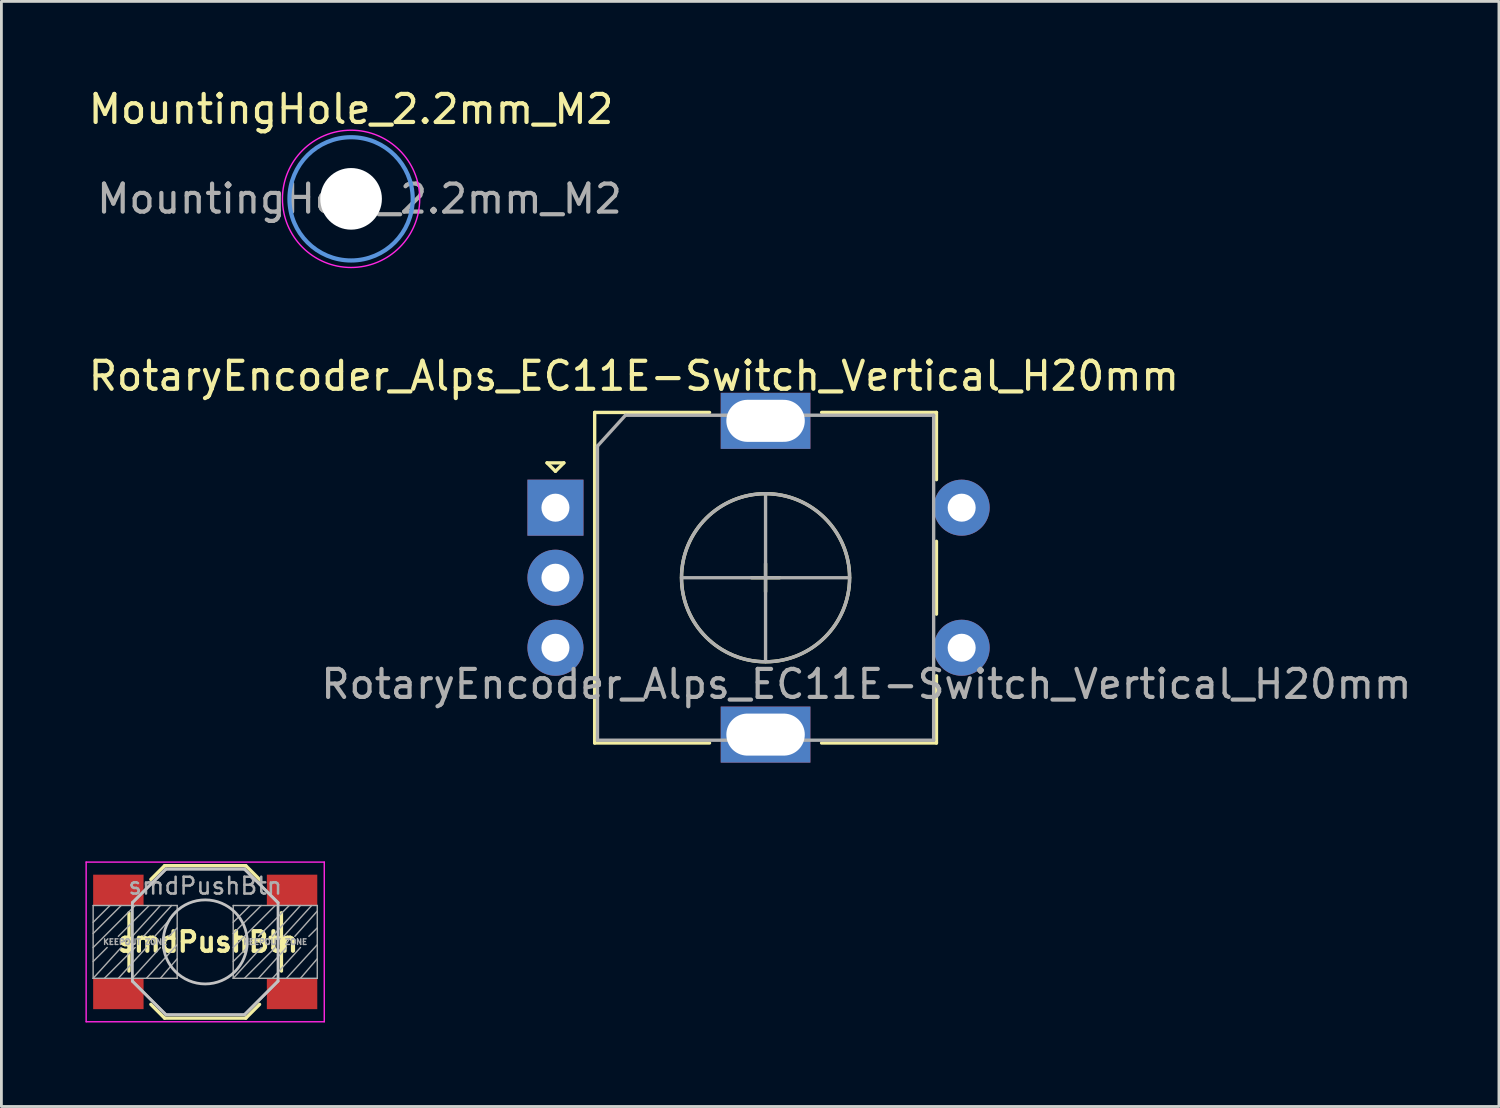
<source format=kicad_pcb>
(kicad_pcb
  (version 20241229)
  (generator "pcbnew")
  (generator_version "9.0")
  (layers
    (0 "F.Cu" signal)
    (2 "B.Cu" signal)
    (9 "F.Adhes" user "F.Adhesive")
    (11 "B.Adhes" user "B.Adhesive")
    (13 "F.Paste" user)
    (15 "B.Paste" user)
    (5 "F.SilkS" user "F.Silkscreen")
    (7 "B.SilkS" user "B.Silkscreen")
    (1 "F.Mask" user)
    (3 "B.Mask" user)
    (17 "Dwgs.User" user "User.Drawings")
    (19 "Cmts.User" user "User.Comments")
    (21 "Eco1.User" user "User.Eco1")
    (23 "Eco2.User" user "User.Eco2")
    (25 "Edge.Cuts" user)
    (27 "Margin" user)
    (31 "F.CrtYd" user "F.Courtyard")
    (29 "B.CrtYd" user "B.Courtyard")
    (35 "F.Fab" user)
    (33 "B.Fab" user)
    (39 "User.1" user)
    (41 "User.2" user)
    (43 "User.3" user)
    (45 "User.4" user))
  (footprint "RotaryEncoder_Alps_EC11E-Switch_Vertical_H20mm"
    (layer "F.Cu")
    (at 16.777 15.072)
    (property "Reference" "RotaryEncoder_Alps_EC11E-Switch_Vertical_H20mm" (at 2.8 -4.7 0) (layer "F.SilkS") (effects (font (size 1 1) (thickness 0.15))))
    (attr through_hole)
    (fp_line (start -0.3 -1.6) (end 0.3 -1.6) (stroke (width 0.12) (type solid)) (layer "F.SilkS"))
    (fp_line (start 0 -1.3) (end -0.3 -1.6) (stroke (width 0.12) (type solid)) (layer "F.SilkS"))
    (fp_line (start 0.3 -1.6) (end 0 -1.3) (stroke (width 0.12) (type solid)) (layer "F.SilkS"))
    (fp_line (start 1.4 -3.4) (end 1.4 8.4) (stroke (width 0.12) (type solid)) (layer "F.SilkS"))
    (fp_line (start 5.5 -3.4) (end 1.4 -3.4) (stroke (width 0.12) (type solid)) (layer "F.SilkS"))
    (fp_line (start 5.5 8.4) (end 1.4 8.4) (stroke (width 0.12) (type solid)) (layer "F.SilkS"))
    (fp_line (start 7 2.5) (end 8 2.5) (stroke (width 0.12) (type solid)) (layer "F.SilkS"))
    (fp_line (start 7.5 2) (end 7.5 3) (stroke (width 0.12) (type solid)) (layer "F.SilkS"))
    (fp_line (start 9.5 -3.4) (end 13.6 -3.4) (stroke (width 0.12) (type solid)) (layer "F.SilkS"))
    (fp_line (start 13.6 -3.4) (end 13.6 -1) (stroke (width 0.12) (type solid)) (layer "F.SilkS"))
    (fp_line (start 13.6 1.2) (end 13.6 3.8) (stroke (width 0.12) (type solid)) (layer "F.SilkS"))
    (fp_line (start 13.6 6) (end 13.6 8.4) (stroke (width 0.12) (type solid)) (layer "F.SilkS"))
    (fp_line (start 13.6 8.4) (end 9.5 8.4) (stroke (width 0.12) (type solid)) (layer "F.SilkS"))
    (fp_circle (center 7.5 2.5) (end 10.5 2.5) (stroke (width 0.12) (type solid)) (fill no) (layer "F.SilkS"))
    (fp_line (start -1.5 -4.6) (end -1.5 9.6) (stroke (width 0.05) (type solid)) (layer "Eco2.User"))
    (fp_line (start -1.5 -4.6) (end 16 -4.6) (stroke (width 0.05) (type solid)) (layer "Eco2.User"))
    (fp_line (start 16 9.6) (end -1.5 9.6) (stroke (width 0.05) (type solid)) (layer "Eco2.User"))
    (fp_line (start 16 9.6) (end 16 -4.6) (stroke (width 0.05) (type solid)) (layer "Eco2.User"))
    (fp_line (start 1.5 -2.2) (end 2.5 -3.3) (stroke (width 0.12) (type solid)) (layer "F.Fab"))
    (fp_line (start 1.5 8.3) (end 1.5 -2.2) (stroke (width 0.12) (type solid)) (layer "F.Fab"))
    (fp_line (start 2.5 -3.3) (end 13.5 -3.3) (stroke (width 0.12) (type solid)) (layer "F.Fab"))
    (fp_line (start 4.5 2.5) (end 10.5 2.5) (stroke (width 0.12) (type solid)) (layer "F.Fab"))
    (fp_line (start 7.5 -0.5) (end 7.5 5.5) (stroke (width 0.12) (type solid)) (layer "F.Fab"))
    (fp_line (start 13.5 -3.3) (end 13.5 8.3) (stroke (width 0.12) (type solid)) (layer "F.Fab"))
    (fp_line (start 13.5 8.3) (end 1.5 8.3) (stroke (width 0.12) (type solid)) (layer "F.Fab"))
    (fp_circle (center 7.5 2.5) (end 10.5 2.5) (stroke (width 0.12) (type solid)) (fill no) (layer "F.Fab"))
    (fp_text user "${REFERENCE}" (at 11.1 6.3 0) (layer "F.Fab") (effects (font (size 1 1) (thickness 0.15))))
    (pad "A" thru_hole rect (at 0 0) (size 2 2) (drill 1) (layers "*.Cu" "*.Mask"))
    (pad "B" thru_hole circle (at 0 5) (size 2 2) (drill 1) (layers "*.Cu" "*.Mask"))
    (pad "C" thru_hole circle (at 0 2.5) (size 2 2) (drill 1) (layers "*.Cu" "*.Mask"))
    (pad "MP" thru_hole rect (at 7.5 -3.1) (size 3.2 2) (drill oval 2.8 1.5) (layers "*.Cu" "*.Mask"))
    (pad "MP" thru_hole rect (at 7.5 8.1) (size 3.2 2) (drill oval 2.8 1.5) (layers "*.Cu" "*.Mask"))
    (pad "S1" thru_hole circle (at 14.5 5) (size 2 2) (drill 1) (layers "*.Cu" "*.Mask"))
    (pad "S2" thru_hole circle (at 14.5 0) (size 2 2) (drill 1) (layers "*.Cu" "*.Mask")))
  (footprint "smdPushBtn"
    (layer "F.Cu")
    (at 4.275 30.572)
    (property "Reference" "smdPushBtn" (at 0.1 0 0) (layer "F.SilkS") (effects (font (size 0.7 0.7) (thickness 0.15))))
    (attr smd)
    (fp_line (start -2.72 1.04) (end -2.72 -1.04) (stroke (width 0.12) (type solid)) (layer "F.SilkS"))
    (fp_line (start -1.45 -2.72) (end -1.94 -2.23) (stroke (width 0.12) (type solid)) (layer "F.SilkS"))
    (fp_line (start -1.45 -2.72) (end 1.45 -2.72) (stroke (width 0.12) (type solid)) (layer "F.SilkS"))
    (fp_line (start -1.45 2.72) (end -1.94 2.23) (stroke (width 0.12) (type solid)) (layer "F.SilkS"))
    (fp_line (start -1.45 2.72) (end 1.45 2.72) (stroke (width 0.12) (type solid)) (layer "F.SilkS"))
    (fp_line (start 1.45 -2.72) (end 1.94 -2.23) (stroke (width 0.12) (type solid)) (layer "F.SilkS"))
    (fp_line (start 1.45 2.72) (end 1.94 2.23) (stroke (width 0.12) (type solid)) (layer "F.SilkS"))
    (fp_line (start 2.72 1.04) (end 2.72 -1.04) (stroke (width 0.12) (type solid)) (layer "F.SilkS"))
    (fp_line (start -2.6 -1.4) (end -1.4 -2.6) (stroke (width 0.1) (type solid)) (layer "Dwgs.User"))
    (fp_line (start -2.6 1.4) (end -2.6 -1.4) (stroke (width 0.1) (type solid)) (layer "Dwgs.User"))
    (fp_line (start -1.4 -2.6) (end 1.4 -2.6) (stroke (width 0.1) (type solid)) (layer "Dwgs.User"))
    (fp_line (start -1.4 2.6) (end -2.6 1.4) (stroke (width 0.1) (type solid)) (layer "Dwgs.User"))
    (fp_line (start 1.4 -2.6) (end 2.6 -1.4) (stroke (width 0.1) (type solid)) (layer "Dwgs.User"))
    (fp_line (start 1.4 2.6) (end -1.4 2.6) (stroke (width 0.1) (type solid)) (layer "Dwgs.User"))
    (fp_line (start 2.6 -1.4) (end 2.6 1.4) (stroke (width 0.1) (type solid)) (layer "Dwgs.User"))
    (fp_line (start 2.6 1.4) (end 1.4 2.6) (stroke (width 0.1) (type solid)) (layer "Dwgs.User"))
    (fp_circle (center 0 0) (end 1.5 0) (stroke (width 0.1) (type solid)) (fill no) (layer "Dwgs.User"))
    (fp_line (start -4.25 -2.85) (end -4.25 2.85) (stroke (width 0.05) (type solid)) (layer "F.CrtYd"))
    (fp_line (start -4.25 2.85) (end 4.25 2.85) (stroke (width 0.05) (type solid)) (layer "F.CrtYd"))
    (fp_line (start 4.25 -2.85) (end -4.25 -2.85) (stroke (width 0.05) (type solid)) (layer "F.CrtYd"))
    (fp_line (start 4.25 2.85) (end 4.25 -2.85) (stroke (width 0.05) (type solid)) (layer "F.CrtYd"))
    (fp_line (start -4 -1.3) (end -1 -1.3) (stroke (width 0.05) (type solid)) (layer "F.Fab"))
    (fp_line (start -4 -0.7) (end -3.4 -1.3) (stroke (width 0.05) (type solid)) (layer "F.Fab"))
    (fp_line (start -4 -0.3) (end -3 -1.3) (stroke (width 0.05) (type solid)) (layer "F.Fab"))
    (fp_line (start -4 0.2) (end -2.5 -1.3) (stroke (width 0.05) (type solid)) (layer "F.Fab"))
    (fp_line (start -4 0.7) (end -3.5 0.2) (stroke (width 0.05) (type solid)) (layer "F.Fab"))
    (fp_line (start -4 1.3) (end -4 -1.3) (stroke (width 0.05) (type solid)) (layer "F.Fab"))
    (fp_line (start -4 1.3) (end -3 0.2) (stroke (width 0.05) (type solid)) (layer "F.Fab"))
    (fp_line (start -3.1 1.3) (end -2.1 0.2) (stroke (width 0.05) (type solid)) (layer "F.Fab"))
    (fp_line (start -2.6 -1.4) (end -1.4 -2.6) (stroke (width 0.1) (type solid)) (layer "F.Fab"))
    (fp_line (start -2.6 1.3) (end -1.6 0.2) (stroke (width 0.05) (type solid)) (layer "F.Fab"))
    (fp_line (start -2.5 0.2) (end -3.6 1.3) (stroke (width 0.05) (type solid)) (layer "F.Fab"))
    (fp_line (start -2.2 -0.2) (end -1.2 -1.3) (stroke (width 0.05) (type solid)) (layer "F.Fab"))
    (fp_line (start -2.1 1.3) (end -1 0.1) (stroke (width 0.05) (type solid)) (layer "F.Fab"))
    (fp_line (start -2 -1.3) (end -3.1 -0.2) (stroke (width 0.05) (type solid)) (layer "F.Fab"))
    (fp_line (start -1.6 -1.3) (end -2.6 -0.2) (stroke (width 0.05) (type solid)) (layer "F.Fab"))
    (fp_line (start -1.403 2.597) (end -2.603 1.397) (stroke (width 0.1) (type solid)) (layer "F.Fab"))
    (fp_line (start -1.4 -2.6) (end 1.4 -2.6) (stroke (width 0.1) (type solid)) (layer "F.Fab"))
    (fp_line (start -1 -1.3) (end -1 1.3) (stroke (width 0.05) (type solid)) (layer "F.Fab"))
    (fp_line (start -1 -1.1) (end -1.8 -0.2) (stroke (width 0.05) (type solid)) (layer "F.Fab"))
    (fp_line (start -1 -0.5) (end -1.3 -0.2) (stroke (width 0.05) (type solid)) (layer "F.Fab"))
    (fp_line (start -1 0.6) (end -1.6 1.3) (stroke (width 0.05) (type solid)) (layer "F.Fab"))
    (fp_line (start -1 1.3) (end -4 1.3) (stroke (width 0.05) (type solid)) (layer "F.Fab"))
    (fp_line (start 1 -1.3) (end 4 -1.3) (stroke (width 0.05) (type solid)) (layer "F.Fab"))
    (fp_line (start 1 -0.7) (end 1.6 -1.3) (stroke (width 0.05) (type solid)) (layer "F.Fab"))
    (fp_line (start 1 -0.3) (end 2 -1.3) (stroke (width 0.05) (type solid)) (layer "F.Fab"))
    (fp_line (start 1 0.2) (end 2.5 -1.3) (stroke (width 0.05) (type solid)) (layer "F.Fab"))
    (fp_line (start 1 0.7) (end 1.5 0.2) (stroke (width 0.05) (type solid)) (layer "F.Fab"))
    (fp_line (start 1 1.3) (end 1 -1.3) (stroke (width 0.05) (type solid)) (layer "F.Fab"))
    (fp_line (start 1 1.3) (end 2 0.2) (stroke (width 0.05) (type solid)) (layer "F.Fab"))
    (fp_line (start 1.4 -2.6) (end 2.6 -1.4) (stroke (width 0.1) (type solid)) (layer "F.Fab"))
    (fp_line (start 1.4 2.6) (end -1.4 2.6) (stroke (width 0.1) (type solid)) (layer "F.Fab"))
    (fp_line (start 1.9 1.3) (end 2.9 0.2) (stroke (width 0.05) (type solid)) (layer "F.Fab"))
    (fp_line (start 2.4 1.3) (end 3.4 0.2) (stroke (width 0.05) (type solid)) (layer "F.Fab"))
    (fp_line (start 2.5 0.2) (end 1.4 1.3) (stroke (width 0.05) (type solid)) (layer "F.Fab"))
    (fp_line (start 2.597 1.4) (end 1.397 2.6) (stroke (width 0.1) (type solid)) (layer "F.Fab"))
    (fp_line (start 2.8 -0.2) (end 3.8 -1.3) (stroke (width 0.05) (type solid)) (layer "F.Fab"))
    (fp_line (start 2.9 1.3) (end 4 0.1) (stroke (width 0.05) (type solid)) (layer "F.Fab"))
    (fp_line (start 3 -1.3) (end 1.9 -0.2) (stroke (width 0.05) (type solid)) (layer "F.Fab"))
    (fp_line (start 3.4 -1.3) (end 2.4 -0.2) (stroke (width 0.05) (type solid)) (layer "F.Fab"))
    (fp_line (start 4 -1.3) (end 4 1.3) (stroke (width 0.05) (type solid)) (layer "F.Fab"))
    (fp_line (start 4 -1.1) (end 3.2 -0.2) (stroke (width 0.05) (type solid)) (layer "F.Fab"))
    (fp_line (start 4 -0.5) (end 3.7 -0.2) (stroke (width 0.05) (type solid)) (layer "F.Fab"))
    (fp_line (start 4 0.6) (end 3.4 1.3) (stroke (width 0.05) (type solid)) (layer "F.Fab"))
    (fp_line (start 4 1.3) (end 1 1.3) (stroke (width 0.05) (type solid)) (layer "F.Fab"))
    (fp_text user "${REFERENCE}" (at 0 -2 0) (layer "F.Fab") (effects (font (size 0.6 0.6) (thickness 0.09))))
    (fp_text user "KEEPOUT ZONE" (at -2.5 0 0) (layer "F.Fab") (effects (font (size 0.2 0.2) (thickness 0.05))))
    (fp_text user "KEEPOUT ZONE" (at 2.5 0 0) (layer "F.Fab") (effects (font (size 0.2 0.2) (thickness 0.05))))
    (pad "1" smd rect (at -3.1 -1.85 180) (size 1.8 1.1) (layers "F.Cu" "F.Mask" "F.Paste"))
    (pad "1" smd rect (at 3.1 -1.85 180) (size 1.8 1.1) (layers "F.Cu" "F.Mask" "F.Paste"))
    (pad "2" smd rect (at -3.1 1.85 180) (size 1.8 1.1) (layers "F.Cu" "F.Mask" "F.Paste"))
    (pad "2" smd rect (at 3.1 1.85 180) (size 1.8 1.1) (layers "F.Cu" "F.Mask" "F.Paste")))
  (footprint "MountingHole_2.2mm_M2"
    (layer "F.Cu")
    (at 9.482 4.048)
    (property "Reference" "MountingHole_2.2mm_M2" (at 0 -3.2 0) (layer "F.SilkS") (effects (font (size 1 1) (thickness 0.15))))
    (attr exclude_from_pos_files)
    (fp_circle (center 0 0) (end 2.2 0) (stroke (width 0.15) (type solid)) (fill no) (layer "Cmts.User"))
    (fp_circle (center 0 0) (end 2.45 0) (stroke (width 0.05) (type solid)) (fill no) (layer "F.CrtYd"))
    (fp_text user "${REFERENCE}" (at 0.3 0 0) (layer "F.Fab") (effects (font (size 1 1) (thickness 0.15))))
    (pad "" np_thru_hole circle (at 0 0) (size 2.2 2.2) (drill 2.2) (layers "*.Cu" "*.Mask")))
  (gr_rect
    (start -3 -3)
    (end 50.455 36.447)
    (stroke (width 0.1) (type default))
    (fill no)
    (layer "Edge.Cuts")))
</source>
